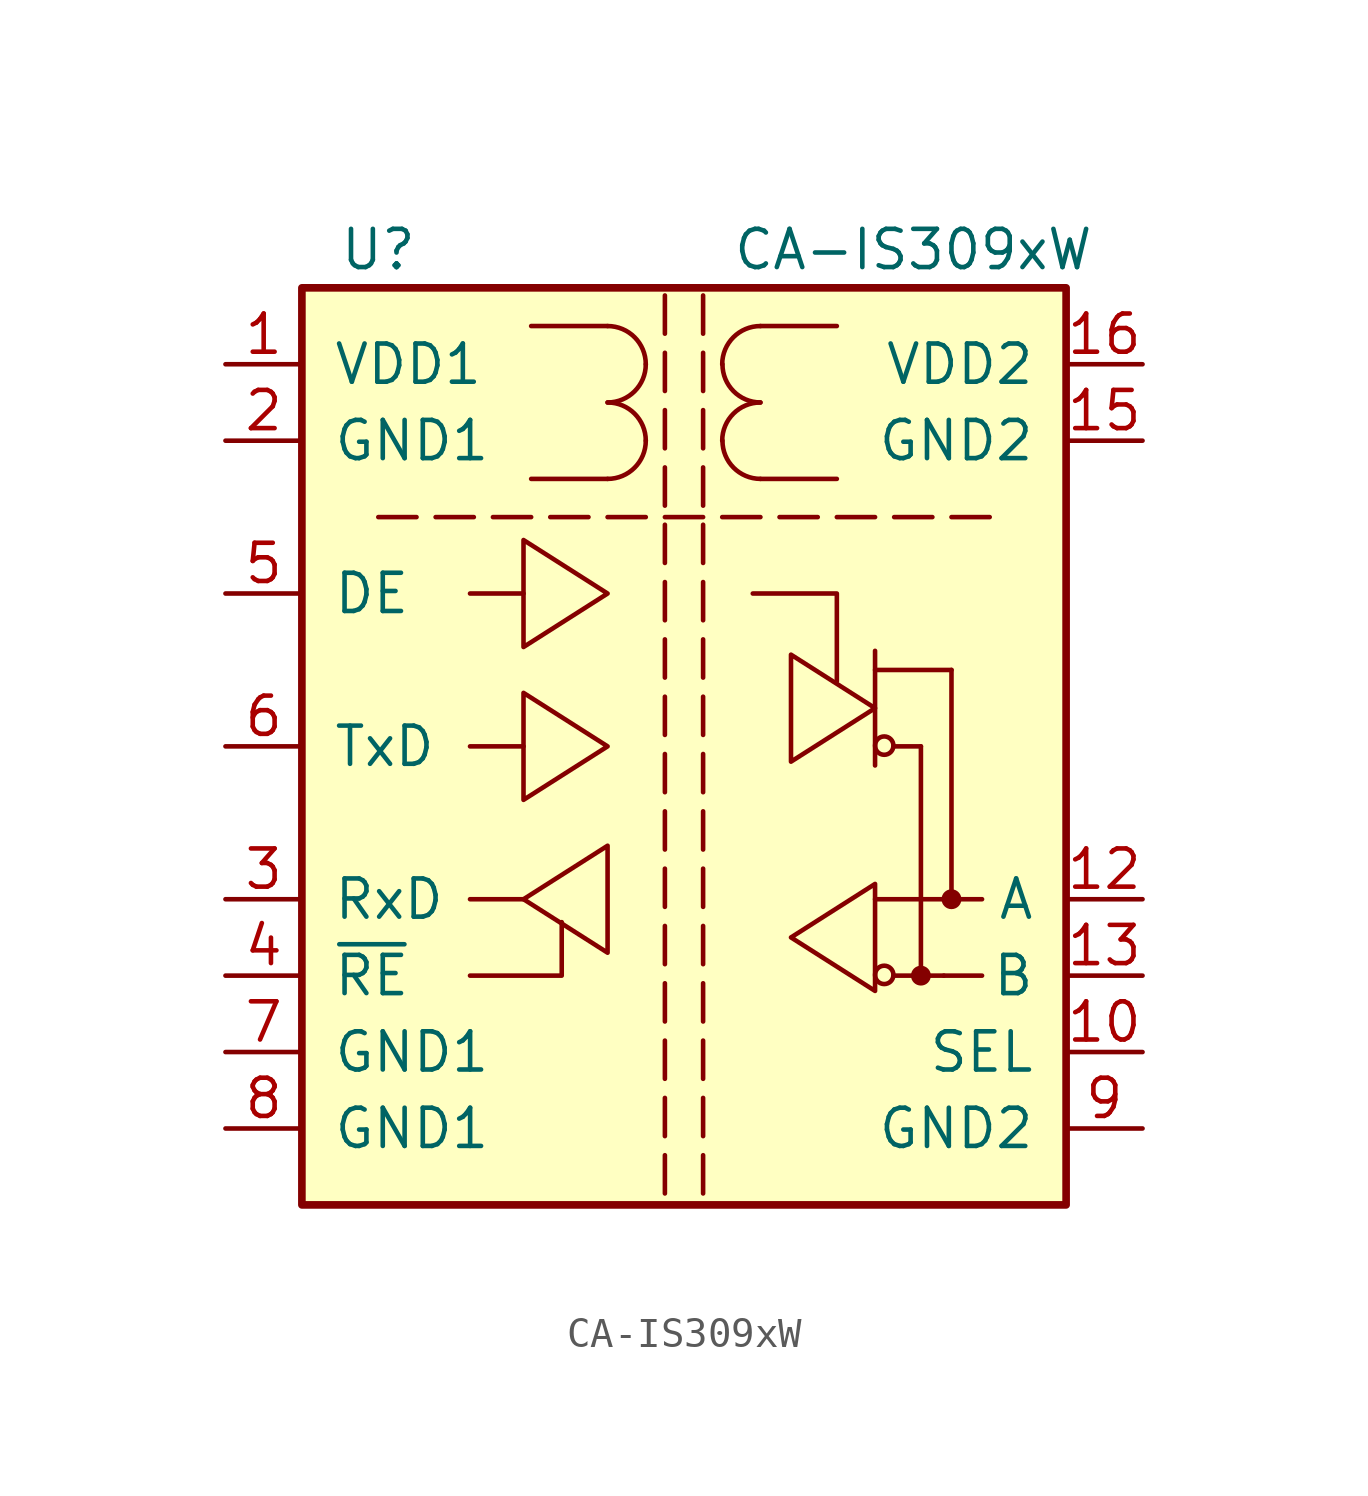
<source format=kicad_sym>
(kicad_symbol_lib
  (version 20231120)
  (generator "kicad_symbol_editor")
  (generator_version "8.0")
  (symbol "CA-IS309xW"
    (pin_names
      (offset 1.016))
    (property "Reference" "U"
      (at -10.16 16.51 0)
      (effects (font (size 1.27 1.27))))
    (property "Value" "CA-IS309xW"
      (at 7.62 16.51 0)
      (effects (font (size 1.27 1.27))))
    (symbol "CA-IS309xW_0_0"
      (polyline (pts (xy -10.16 7.62) (xy -8.89 7.62)) (stroke (width 0) (type default)) (fill (type none)))
      (polyline (pts (xy -8.255 7.62) (xy -6.985 7.62)) (stroke (width 0) (type default)) (fill (type none)))
      (polyline (pts (xy -6.35 7.62) (xy -5.08 7.62)) (stroke (width 0) (type default)) (fill (type none)))
      (polyline (pts (xy -4.445 7.62) (xy -3.175 7.62)) (stroke (width 0) (type default)) (fill (type none)))
      (polyline (pts (xy -2.54 7.62) (xy -1.27 7.62)) (stroke (width 0) (type default)) (fill (type none)))
      (polyline (pts (xy -0.635 -13.589) (xy -0.635 -14.859)) (stroke (width 0) (type default)) (fill (type none)))
      (polyline (pts (xy -0.635 -11.684) (xy -0.635 -12.954)) (stroke (width 0) (type default)) (fill (type none)))
      (polyline (pts (xy -0.635 -9.779) (xy -0.635 -11.049)) (stroke (width 0) (type default)) (fill (type none)))
      (polyline (pts (xy -0.635 -7.874) (xy -0.635 -9.144)) (stroke (width 0) (type default)) (fill (type none)))
      (polyline (pts (xy -0.635 -5.969) (xy -0.635 -7.239)) (stroke (width 0) (type default)) (fill (type none)))
      (polyline (pts (xy -0.635 -4.064) (xy -0.635 -5.334)) (stroke (width 0) (type default)) (fill (type none)))
      (polyline (pts (xy -0.635 -2.159) (xy -0.635 -3.429)) (stroke (width 0) (type default)) (fill (type none)))
      (polyline (pts (xy -0.635 -0.254) (xy -0.635 -1.524)) (stroke (width 0) (type default)) (fill (type none)))
      (polyline (pts (xy -0.635 1.651) (xy -0.635 0.381)) (stroke (width 0) (type default)) (fill (type none)))
      (polyline (pts (xy -0.635 3.556) (xy -0.635 2.286)) (stroke (width 0) (type default)) (fill (type none)))
      (polyline (pts (xy -0.635 5.461) (xy -0.635 4.191)) (stroke (width 0) (type default)) (fill (type none)))
      (polyline (pts (xy -0.635 7.366) (xy -0.635 6.096)) (stroke (width 0) (type default)) (fill (type none)))
      (polyline (pts (xy -0.635 7.62) (xy 0.635 7.62)) (stroke (width 0) (type default)) (fill (type none)))
      (polyline (pts (xy -0.635 9.271) (xy -0.635 8.001)) (stroke (width 0) (type default)) (fill (type none)))
      (polyline (pts (xy -0.635 11.176) (xy -0.635 9.906)) (stroke (width 0) (type default)) (fill (type none)))
      (polyline (pts (xy -0.635 13.081) (xy -0.635 11.811)) (stroke (width 0) (type default)) (fill (type none)))
      (polyline (pts (xy -0.635 14.986) (xy -0.635 13.716)) (stroke (width 0) (type default)) (fill (type none)))
      (polyline (pts (xy 0.635 -13.589) (xy 0.635 -14.859)) (stroke (width 0) (type default)) (fill (type none)))
      (polyline (pts (xy 0.635 -11.684) (xy 0.635 -12.954)) (stroke (width 0) (type default)) (fill (type none)))
      (polyline (pts (xy 0.635 -9.779) (xy 0.635 -11.049)) (stroke (width 0) (type default)) (fill (type none)))
      (polyline (pts (xy 0.635 -7.874) (xy 0.635 -9.144)) (stroke (width 0) (type default)) (fill (type none)))
      (polyline (pts (xy 0.635 -5.969) (xy 0.635 -7.239)) (stroke (width 0) (type default)) (fill (type none)))
      (polyline (pts (xy 0.635 -4.064) (xy 0.635 -5.334)) (stroke (width 0) (type default)) (fill (type none)))
      (polyline (pts (xy 0.635 -2.159) (xy 0.635 -3.429)) (stroke (width 0) (type default)) (fill (type none)))
      (polyline (pts (xy 0.635 -0.254) (xy 0.635 -1.524)) (stroke (width 0) (type default)) (fill (type none)))
      (polyline (pts (xy 0.635 1.651) (xy 0.635 0.381)) (stroke (width 0) (type default)) (fill (type none)))
      (polyline (pts (xy 0.635 3.556) (xy 0.635 2.286)) (stroke (width 0) (type default)) (fill (type none)))
      (polyline (pts (xy 0.635 5.461) (xy 0.635 4.191)) (stroke (width 0) (type default)) (fill (type none)))
      (polyline (pts (xy 0.635 7.366) (xy 0.635 6.096)) (stroke (width 0) (type default)) (fill (type none)))
      (polyline (pts (xy 0.635 9.271) (xy 0.635 8.001)) (stroke (width 0) (type default)) (fill (type none)))
      (polyline (pts (xy 0.635 11.176) (xy 0.635 9.906)) (stroke (width 0) (type default)) (fill (type none)))
      (polyline (pts (xy 0.635 13.081) (xy 0.635 11.811)) (stroke (width 0) (type default)) (fill (type none)))
      (polyline (pts (xy 0.635 14.986) (xy 0.635 13.716)) (stroke (width 0) (type default)) (fill (type none)))
      (polyline (pts (xy 1.27 7.62) (xy 2.54 7.62)) (stroke (width 0) (type default)) (fill (type none)))
      (polyline (pts (xy 3.175 7.62) (xy 4.445 7.62)) (stroke (width 0) (type default)) (fill (type none)))
      (polyline (pts (xy 5.08 7.62) (xy 6.35 7.62)) (stroke (width 0) (type default)) (fill (type none)))
      (polyline (pts (xy 6.985 7.62) (xy 8.255 7.62)) (stroke (width 0) (type default)) (fill (type none)))
      (polyline (pts (xy 8.89 7.62) (xy 10.16 7.62)) (stroke (width 0) (type default)) (fill (type none))))
    (symbol "CA-IS309xW_0_1"
      (rectangle (start -12.7 15.24) (end 12.7 -15.24) (stroke (width 0.254) (type default)) (fill (type background)))
      (arc (start -2.54 8.89) (mid -1.642 9.262) (end -1.27 10.16) (stroke (width 0) (type default)) (fill (type none)))
      (arc (start -2.54 11.43) (mid -1.642 11.802) (end -1.27 12.7) (stroke (width 0) (type default)) (fill (type none)))
      (arc (start -1.27 10.16) (mid -1.642 11.058) (end -2.54 11.43) (stroke (width 0) (type default)) (fill (type none)))
      (arc (start -1.27 12.7) (mid -1.642 13.598) (end -2.54 13.97) (stroke (width 0) (type default)) (fill (type none)))
      (polyline (pts (xy -5.334 -5.08) (xy -7.112 -5.08)) (stroke (width 0) (type default)) (fill (type none)))
      (polyline (pts (xy -5.334 0) (xy -7.112 0)) (stroke (width 0) (type default)) (fill (type none)))
      (polyline (pts (xy -5.334 5.08) (xy -7.112 5.08)) (stroke (width 0) (type default)) (fill (type none)))
      (polyline (pts (xy -5.08 8.89) (xy -2.54 8.89)) (stroke (width 0) (type default)) (fill (type none)))
      (polyline (pts (xy -5.08 13.97) (xy -2.54 13.97)) (stroke (width 0) (type default)) (fill (type none)))
      (polyline (pts (xy 5.08 8.89) (xy 2.54 8.89)) (stroke (width 0) (type default)) (fill (type none)))
      (polyline (pts (xy 5.08 13.97) (xy 2.54 13.97)) (stroke (width 0) (type default)) (fill (type none)))
      (polyline (pts (xy 6.35 -5.08) (xy 8.636 -5.08)) (stroke (width 0) (type default)) (fill (type none)))
      (polyline (pts (xy 6.35 2.54) (xy 8.89 2.54)) (stroke (width 0) (type default)) (fill (type none)))
      (polyline (pts (xy 6.35 3.175) (xy 6.35 -0.635)) (stroke (width 0) (type default)) (fill (type none)))
      (polyline (pts (xy 6.96 -7.62) (xy 8.636 -7.62)) (stroke (width 0) (type default)) (fill (type none)))
      (polyline (pts (xy 6.96 0) (xy 7.874 0)) (stroke (width 0) (type default)) (fill (type none)))
      (polyline (pts (xy 7.874 0) (xy 7.874 -7.62)) (stroke (width 0) (type default)) (fill (type none)))
      (polyline (pts (xy 8.636 -7.62) (xy 9.906 -7.62)) (stroke (width 0) (type default)) (fill (type none)))
      (polyline (pts (xy 8.636 -5.08) (xy 9.906 -5.08)) (stroke (width 0) (type default)) (fill (type none)))
      (polyline (pts (xy 8.89 2.54) (xy 8.89 -5.08)) (stroke (width 0) (type default)) (fill (type none)))
      (polyline (pts (xy -7.112 -7.62) (xy -4.064 -7.62) (xy -4.064 -5.842)) (stroke (width 0) (type default)) (fill (type none)))
      (polyline (pts (xy 2.286 5.08) (xy 5.08 5.08) (xy 5.08 2.159)) (stroke (width 0) (type default)) (fill (type none)))
      (polyline (pts (xy -5.334 -5.08) (xy -2.54 -3.302) (xy -2.54 -6.858) (xy -5.334 -5.08)) (stroke (width 0) (type default)) (fill (type none)))
      (polyline (pts (xy -2.54 0) (xy -5.334 1.778) (xy -5.334 -1.778) (xy -2.54 0)) (stroke (width 0) (type default)) (fill (type none)))
      (polyline (pts (xy -2.54 5.08) (xy -5.334 6.858) (xy -5.334 3.302) (xy -2.54 5.08)) (stroke (width 0) (type default)) (fill (type none)))
      (polyline (pts (xy 3.556 -6.35) (xy 6.35 -4.572) (xy 6.35 -8.128) (xy 3.556 -6.35)) (stroke (width 0) (type default)) (fill (type none)))
      (polyline (pts (xy 6.35 1.27) (xy 3.556 3.048) (xy 3.556 -0.508) (xy 6.35 1.27)) (stroke (width 0) (type default)) (fill (type none)))
      (arc (start 1.27 10.16) (mid 1.642 9.262) (end 2.54 8.89) (stroke (width 0) (type default)) (fill (type none)))
      (arc (start 1.27 12.7) (mid 1.642 11.802) (end 2.54 11.43) (stroke (width 0) (type default)) (fill (type none)))
      (arc (start 2.54 11.43) (mid 1.642 11.058) (end 1.27 10.16) (stroke (width 0) (type default)) (fill (type none)))
      (arc (start 2.54 13.97) (mid 1.642 13.598) (end 1.27 12.7) (stroke (width 0) (type default)) (fill (type none)))
      (circle (center 6.655 -7.595) (radius 0.305) (stroke (width 0) (type default)) (fill (type none)))
      (circle (center 6.655 0.025) (radius 0.305) (stroke (width 0) (type default)) (fill (type none)))
      (circle (center 8.89 -5.08) (radius 0.178) (stroke (width 0.305) (type default)) (fill (type none))))
    (symbol "CA-IS309xW_1_1"
      (circle (center 7.874 -7.62) (radius 0.178) (stroke (width 0.305) (type default)) (fill (type none)))
      (pin power_in line (at -15.24 12.7 0) (length 2.54) (name "VDD1" (effects (font (size 1.27 1.27)))) (number "1" (effects (font (size 1.27 1.27)))))
      (pin input line (at 15.24 -10.16 180) (length 2.54) (name "SEL" (effects (font (size 1.27 1.27)))) (number "10" (effects (font (size 1.27 1.27)))))
      (pin no_connect line (at 15.24 2.54 180) (length 2.54) hide (name "NC" (effects (font (size 1.27 1.27)))) (number "11" (effects (font (size 1.27 1.27)))))
      (pin bidirectional line (at 15.24 -5.08 180) (length 2.54) (name "A" (effects (font (size 1.27 1.27)))) (number "12" (effects (font (size 1.27 1.27)))))
      (pin bidirectional line (at 15.24 -7.62 180) (length 2.54) (name "B" (effects (font (size 1.27 1.27)))) (number "13" (effects (font (size 1.27 1.27)))))
      (pin no_connect line (at 15.24 0 180) (length 2.54) hide (name "NC" (effects (font (size 1.27 1.27)))) (number "14" (effects (font (size 1.27 1.27)))))
      (pin power_in line (at 15.24 10.16 180) (length 2.54) (name "GND2" (effects (font (size 1.27 1.27)))) (number "15" (effects (font (size 1.27 1.27)))))
      (pin power_in line (at 15.24 12.7 180) (length 2.54) (name "VDD2" (effects (font (size 1.27 1.27)))) (number "16" (effects (font (size 1.27 1.27)))))
      (pin power_in line (at -15.24 10.16 0) (length 2.54) (name "GND1" (effects (font (size 1.27 1.27)))) (number "2" (effects (font (size 1.27 1.27)))))
      (pin output line (at -15.24 -5.08 0) (length 2.54) (name "RxD" (effects (font (size 1.27 1.27)))) (number "3" (effects (font (size 1.27 1.27)))))
      (pin input line (at -15.24 -7.62 0) (length 2.54) (name "~{RE}" (effects (font (size 1.27 1.27)))) (number "4" (effects (font (size 1.27 1.27)))))
      (pin input line (at -15.24 5.08 0) (length 2.54) (name "DE" (effects (font (size 1.27 1.27)))) (number "5" (effects (font (size 1.27 1.27)))))
      (pin input line (at -15.24 0 0) (length 2.54) (name "TxD" (effects (font (size 1.27 1.27)))) (number "6" (effects (font (size 1.27 1.27)))))
      (pin power_in line (at -15.24 -10.16 0) (length 2.54) (name "GND1" (effects (font (size 1.27 1.27)))) (number "7" (effects (font (size 1.27 1.27)))))
      (pin power_in line (at -15.24 -12.7 0) (length 2.54) (name "GND1" (effects (font (size 1.27 1.27)))) (number "8" (effects (font (size 1.27 1.27)))))
      (pin power_in line (at 15.24 -12.7 180) (length 2.54) (name "GND2" (effects (font (size 1.27 1.27)))) (number "9" (effects (font (size 1.27 1.27))))))))
</source>
